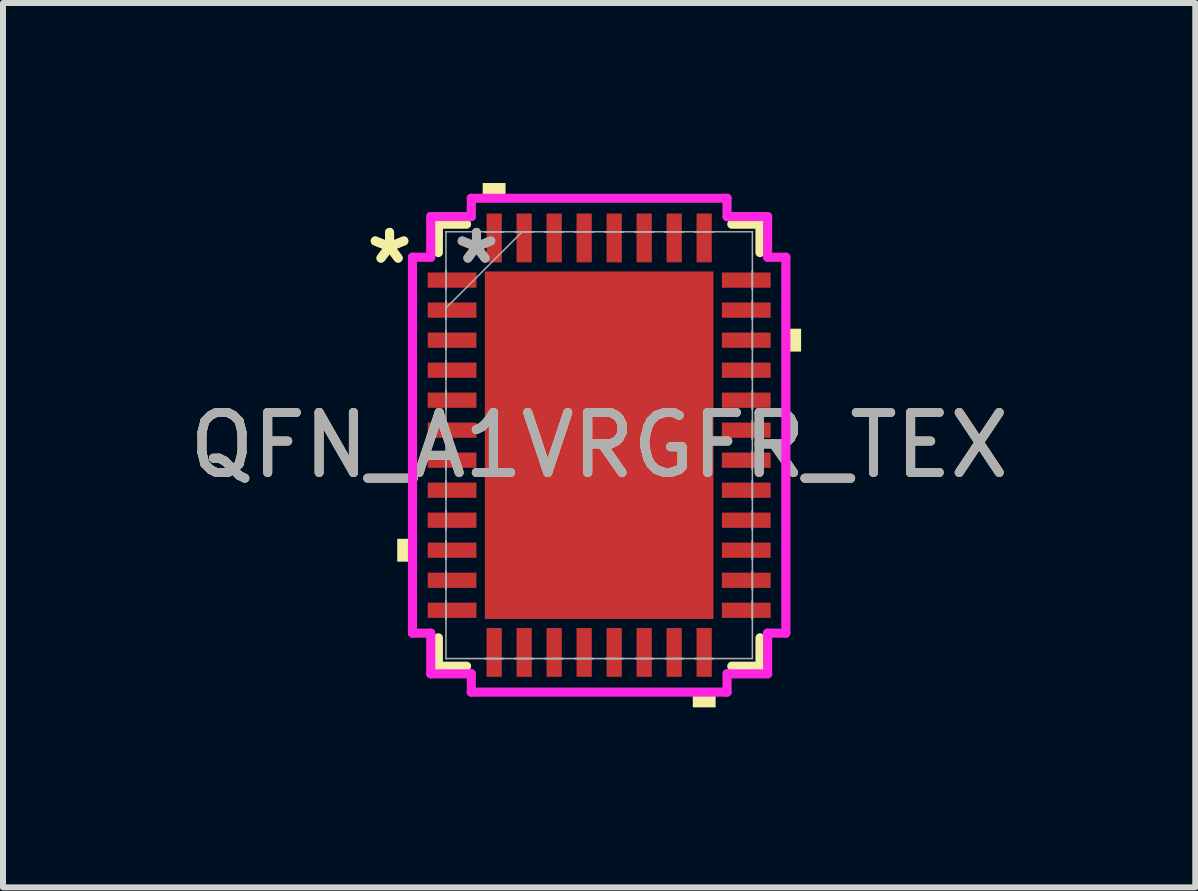
<source format=kicad_pcb>
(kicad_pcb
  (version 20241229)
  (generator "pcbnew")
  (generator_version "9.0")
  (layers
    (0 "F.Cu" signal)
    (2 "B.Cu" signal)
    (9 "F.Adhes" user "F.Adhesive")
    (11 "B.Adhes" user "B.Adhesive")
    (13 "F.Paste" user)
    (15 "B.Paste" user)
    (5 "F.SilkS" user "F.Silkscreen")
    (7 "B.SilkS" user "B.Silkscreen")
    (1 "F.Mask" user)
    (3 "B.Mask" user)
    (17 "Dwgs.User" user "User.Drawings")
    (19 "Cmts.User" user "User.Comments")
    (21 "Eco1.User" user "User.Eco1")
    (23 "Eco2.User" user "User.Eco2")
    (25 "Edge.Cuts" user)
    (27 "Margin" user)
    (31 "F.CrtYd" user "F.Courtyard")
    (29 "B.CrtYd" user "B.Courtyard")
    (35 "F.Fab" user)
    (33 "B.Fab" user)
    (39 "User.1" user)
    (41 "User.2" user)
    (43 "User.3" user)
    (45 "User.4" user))
  (footprint "QFN_A1VRGFR_TEX"
    (layer "F.Cu")
    (at 6.935 4.369)
    (property "Reference" "QFN_A1VRGFR_TEX" (at 0 0 0) (unlocked yes) (layer "F.SilkS") (effects (font (size 1 1) (thickness 0.15))))
    (attr smd)
    (fp_line (start -2.68 -3.683) (end -2.68 -3.21) (stroke (width 0.152) (type solid)) (layer "F.SilkS"))
    (fp_line (start -2.68 3.21) (end -2.68 3.683) (stroke (width 0.152) (type solid)) (layer "F.SilkS"))
    (fp_line (start -2.68 3.683) (end -2.21 3.683) (stroke (width 0.152) (type solid)) (layer "F.SilkS"))
    (fp_line (start -2.21 -3.683) (end -2.68 -3.683) (stroke (width 0.152) (type solid)) (layer "F.SilkS"))
    (fp_line (start 2.21 3.683) (end 2.68 3.683) (stroke (width 0.152) (type solid)) (layer "F.SilkS"))
    (fp_line (start 2.68 -3.683) (end 2.21 -3.683) (stroke (width 0.152) (type solid)) (layer "F.SilkS"))
    (fp_line (start 2.68 -3.21) (end 2.68 -3.683) (stroke (width 0.152) (type solid)) (layer "F.SilkS"))
    (fp_line (start 2.68 3.683) (end 2.68 3.21) (stroke (width 0.152) (type solid)) (layer "F.SilkS"))
    (fp_poly (pts (xy -3.365 1.56) (xy -3.365 1.941) (xy -3.111 1.941) (xy -3.111 1.56)) (stroke (width 0) (type solid)) (fill yes) (layer "F.SilkS"))
    (fp_poly (pts (xy -1.941 -4.115) (xy -1.941 -4.369) (xy -1.56 -4.369) (xy -1.56 -4.115)) (stroke (width 0) (type solid)) (fill yes) (layer "F.SilkS"))
    (fp_poly (pts (xy 1.56 4.115) (xy 1.56 4.369) (xy 1.941 4.369) (xy 1.941 4.115)) (stroke (width 0) (type solid)) (fill yes) (layer "F.SilkS"))
    (fp_poly (pts (xy 3.365 -1.941) (xy 3.365 -1.56) (xy 3.111 -1.56) (xy 3.111 -1.941)) (stroke (width 0) (type solid)) (fill yes) (layer "F.SilkS"))
    (fp_poly (pts (xy -1.805 -2.796) (xy -1.805 -1.548) (xy -0.735 -1.548) (xy -0.735 -2.796)) (stroke (width 0) (type solid)) (fill yes) (layer "F.Paste"))
    (fp_poly (pts (xy -1.805 -1.348) (xy -1.805 -0.1) (xy -0.735 -0.1) (xy -0.735 -1.348)) (stroke (width 0) (type solid)) (fill yes) (layer "F.Paste"))
    (fp_poly (pts (xy -1.805 0.1) (xy -1.805 1.348) (xy -0.735 1.348) (xy -0.735 0.1)) (stroke (width 0) (type solid)) (fill yes) (layer "F.Paste"))
    (fp_poly (pts (xy -1.805 1.548) (xy -1.805 2.796) (xy -0.735 2.796) (xy -0.735 1.548)) (stroke (width 0) (type solid)) (fill yes) (layer "F.Paste"))
    (fp_poly (pts (xy -0.535 -2.796) (xy -0.535 -1.548) (xy 0.535 -1.548) (xy 0.535 -2.796)) (stroke (width 0) (type solid)) (fill yes) (layer "F.Paste"))
    (fp_poly (pts (xy -0.535 -1.348) (xy -0.535 -0.1) (xy 0.535 -0.1) (xy 0.535 -1.348)) (stroke (width 0) (type solid)) (fill yes) (layer "F.Paste"))
    (fp_poly (pts (xy -0.535 0.1) (xy -0.535 1.348) (xy 0.535 1.348) (xy 0.535 0.1)) (stroke (width 0) (type solid)) (fill yes) (layer "F.Paste"))
    (fp_poly (pts (xy -0.535 1.548) (xy -0.535 2.796) (xy 0.535 2.796) (xy 0.535 1.548)) (stroke (width 0) (type solid)) (fill yes) (layer "F.Paste"))
    (fp_poly (pts (xy 0.735 -2.796) (xy 0.735 -1.548) (xy 1.805 -1.548) (xy 1.805 -2.796)) (stroke (width 0) (type solid)) (fill yes) (layer "F.Paste"))
    (fp_poly (pts (xy 0.735 -1.348) (xy 0.735 -0.1) (xy 1.805 -0.1) (xy 1.805 -1.348)) (stroke (width 0) (type solid)) (fill yes) (layer "F.Paste"))
    (fp_poly (pts (xy 0.735 0.1) (xy 0.735 1.348) (xy 1.805 1.348) (xy 1.805 0.1)) (stroke (width 0) (type solid)) (fill yes) (layer "F.Paste"))
    (fp_poly (pts (xy 0.735 1.548) (xy 0.735 2.796) (xy 1.805 2.796) (xy 1.805 1.548)) (stroke (width 0) (type solid)) (fill yes) (layer "F.Paste"))
    (fp_line (start -3.111 -3.132) (end -2.807 -3.132) (stroke (width 0.152) (type solid)) (layer "F.CrtYd"))
    (fp_line (start -3.111 3.132) (end -3.111 -3.132) (stroke (width 0.152) (type solid)) (layer "F.CrtYd"))
    (fp_line (start -2.807 -3.81) (end -2.131 -3.81) (stroke (width 0.152) (type solid)) (layer "F.CrtYd"))
    (fp_line (start -2.807 -3.132) (end -2.807 -3.81) (stroke (width 0.152) (type solid)) (layer "F.CrtYd"))
    (fp_line (start -2.807 3.132) (end -3.111 3.132) (stroke (width 0.152) (type solid)) (layer "F.CrtYd"))
    (fp_line (start -2.807 3.81) (end -2.807 3.132) (stroke (width 0.152) (type solid)) (layer "F.CrtYd"))
    (fp_line (start -2.131 -4.115) (end 2.131 -4.115) (stroke (width 0.152) (type solid)) (layer "F.CrtYd"))
    (fp_line (start -2.131 -3.81) (end -2.131 -4.115) (stroke (width 0.152) (type solid)) (layer "F.CrtYd"))
    (fp_line (start -2.131 3.81) (end -2.807 3.81) (stroke (width 0.152) (type solid)) (layer "F.CrtYd"))
    (fp_line (start -2.131 4.115) (end -2.131 3.81) (stroke (width 0.152) (type solid)) (layer "F.CrtYd"))
    (fp_line (start 2.131 -4.115) (end 2.131 -3.81) (stroke (width 0.152) (type solid)) (layer "F.CrtYd"))
    (fp_line (start 2.131 -3.81) (end 2.807 -3.81) (stroke (width 0.152) (type solid)) (layer "F.CrtYd"))
    (fp_line (start 2.131 3.81) (end 2.131 4.115) (stroke (width 0.152) (type solid)) (layer "F.CrtYd"))
    (fp_line (start 2.131 4.115) (end -2.131 4.115) (stroke (width 0.152) (type solid)) (layer "F.CrtYd"))
    (fp_line (start 2.807 -3.81) (end 2.807 -3.132) (stroke (width 0.152) (type solid)) (layer "F.CrtYd"))
    (fp_line (start 2.807 -3.132) (end 3.111 -3.132) (stroke (width 0.152) (type solid)) (layer "F.CrtYd"))
    (fp_line (start 2.807 3.132) (end 2.807 3.81) (stroke (width 0.152) (type solid)) (layer "F.CrtYd"))
    (fp_line (start 2.807 3.81) (end 2.131 3.81) (stroke (width 0.152) (type solid)) (layer "F.CrtYd"))
    (fp_line (start 3.111 -3.132) (end 3.111 3.132) (stroke (width 0.152) (type solid)) (layer "F.CrtYd"))
    (fp_line (start 3.111 3.132) (end 2.807 3.132) (stroke (width 0.152) (type solid)) (layer "F.CrtYd"))
    (fp_line (start -2.553 -3.556) (end -2.553 -3.556) (stroke (width 0.025) (type solid)) (layer "F.Fab"))
    (fp_line (start -2.553 -3.556) (end -2.553 3.556) (stroke (width 0.025) (type solid)) (layer "F.Fab"))
    (fp_line (start -2.553 -2.903) (end -2.553 -2.903) (stroke (width 0.025) (type solid)) (layer "F.Fab"))
    (fp_line (start -2.553 -2.903) (end -2.553 -2.598) (stroke (width 0.025) (type solid)) (layer "F.Fab"))
    (fp_line (start -2.553 -2.598) (end -2.553 -2.903) (stroke (width 0.025) (type solid)) (layer "F.Fab"))
    (fp_line (start -2.553 -2.598) (end -2.553 -2.598) (stroke (width 0.025) (type solid)) (layer "F.Fab"))
    (fp_line (start -2.553 -2.403) (end -2.553 -2.403) (stroke (width 0.025) (type solid)) (layer "F.Fab"))
    (fp_line (start -2.553 -2.403) (end -2.553 -2.098) (stroke (width 0.025) (type solid)) (layer "F.Fab"))
    (fp_line (start -2.553 -2.286) (end -1.283 -3.556) (stroke (width 0.025) (type solid)) (layer "F.Fab"))
    (fp_line (start -2.553 -2.098) (end -2.553 -2.403) (stroke (width 0.025) (type solid)) (layer "F.Fab"))
    (fp_line (start -2.553 -2.098) (end -2.553 -2.098) (stroke (width 0.025) (type solid)) (layer "F.Fab"))
    (fp_line (start -2.553 -1.903) (end -2.553 -1.903) (stroke (width 0.025) (type solid)) (layer "F.Fab"))
    (fp_line (start -2.553 -1.903) (end -2.553 -1.598) (stroke (width 0.025) (type solid)) (layer "F.Fab"))
    (fp_line (start -2.553 -1.598) (end -2.553 -1.903) (stroke (width 0.025) (type solid)) (layer "F.Fab"))
    (fp_line (start -2.553 -1.598) (end -2.553 -1.598) (stroke (width 0.025) (type solid)) (layer "F.Fab"))
    (fp_line (start -2.553 -1.403) (end -2.553 -1.403) (stroke (width 0.025) (type solid)) (layer "F.Fab"))
    (fp_line (start -2.553 -1.403) (end -2.553 -1.098) (stroke (width 0.025) (type solid)) (layer "F.Fab"))
    (fp_line (start -2.553 -1.098) (end -2.553 -1.403) (stroke (width 0.025) (type solid)) (layer "F.Fab"))
    (fp_line (start -2.553 -1.098) (end -2.553 -1.098) (stroke (width 0.025) (type solid)) (layer "F.Fab"))
    (fp_line (start -2.553 -0.903) (end -2.553 -0.903) (stroke (width 0.025) (type solid)) (layer "F.Fab"))
    (fp_line (start -2.553 -0.903) (end -2.553 -0.598) (stroke (width 0.025) (type solid)) (layer "F.Fab"))
    (fp_line (start -2.553 -0.598) (end -2.553 -0.903) (stroke (width 0.025) (type solid)) (layer "F.Fab"))
    (fp_line (start -2.553 -0.598) (end -2.553 -0.598) (stroke (width 0.025) (type solid)) (layer "F.Fab"))
    (fp_line (start -2.553 -0.402) (end -2.553 -0.402) (stroke (width 0.025) (type solid)) (layer "F.Fab"))
    (fp_line (start -2.553 -0.402) (end -2.553 -0.098) (stroke (width 0.025) (type solid)) (layer "F.Fab"))
    (fp_line (start -2.553 -0.098) (end -2.553 -0.402) (stroke (width 0.025) (type solid)) (layer "F.Fab"))
    (fp_line (start -2.553 -0.098) (end -2.553 -0.098) (stroke (width 0.025) (type solid)) (layer "F.Fab"))
    (fp_line (start -2.553 0.098) (end -2.553 0.098) (stroke (width 0.025) (type solid)) (layer "F.Fab"))
    (fp_line (start -2.553 0.098) (end -2.553 0.402) (stroke (width 0.025) (type solid)) (layer "F.Fab"))
    (fp_line (start -2.553 0.402) (end -2.553 0.098) (stroke (width 0.025) (type solid)) (layer "F.Fab"))
    (fp_line (start -2.553 0.402) (end -2.553 0.402) (stroke (width 0.025) (type solid)) (layer "F.Fab"))
    (fp_line (start -2.553 0.598) (end -2.553 0.598) (stroke (width 0.025) (type solid)) (layer "F.Fab"))
    (fp_line (start -2.553 0.598) (end -2.553 0.903) (stroke (width 0.025) (type solid)) (layer "F.Fab"))
    (fp_line (start -2.553 0.903) (end -2.553 0.598) (stroke (width 0.025) (type solid)) (layer "F.Fab"))
    (fp_line (start -2.553 0.903) (end -2.553 0.903) (stroke (width 0.025) (type solid)) (layer "F.Fab"))
    (fp_line (start -2.553 1.098) (end -2.553 1.098) (stroke (width 0.025) (type solid)) (layer "F.Fab"))
    (fp_line (start -2.553 1.098) (end -2.553 1.403) (stroke (width 0.025) (type solid)) (layer "F.Fab"))
    (fp_line (start -2.553 1.403) (end -2.553 1.098) (stroke (width 0.025) (type solid)) (layer "F.Fab"))
    (fp_line (start -2.553 1.403) (end -2.553 1.403) (stroke (width 0.025) (type solid)) (layer "F.Fab"))
    (fp_line (start -2.553 1.598) (end -2.553 1.598) (stroke (width 0.025) (type solid)) (layer "F.Fab"))
    (fp_line (start -2.553 1.598) (end -2.553 1.903) (stroke (width 0.025) (type solid)) (layer "F.Fab"))
    (fp_line (start -2.553 1.903) (end -2.553 1.598) (stroke (width 0.025) (type solid)) (layer "F.Fab"))
    (fp_line (start -2.553 1.903) (end -2.553 1.903) (stroke (width 0.025) (type solid)) (layer "F.Fab"))
    (fp_line (start -2.553 2.098) (end -2.553 2.098) (stroke (width 0.025) (type solid)) (layer "F.Fab"))
    (fp_line (start -2.553 2.098) (end -2.553 2.403) (stroke (width 0.025) (type solid)) (layer "F.Fab"))
    (fp_line (start -2.553 2.403) (end -2.553 2.098) (stroke (width 0.025) (type solid)) (layer "F.Fab"))
    (fp_line (start -2.553 2.403) (end -2.553 2.403) (stroke (width 0.025) (type solid)) (layer "F.Fab"))
    (fp_line (start -2.553 2.598) (end -2.553 2.598) (stroke (width 0.025) (type solid)) (layer "F.Fab"))
    (fp_line (start -2.553 2.598) (end -2.553 2.903) (stroke (width 0.025) (type solid)) (layer "F.Fab"))
    (fp_line (start -2.553 2.903) (end -2.553 2.598) (stroke (width 0.025) (type solid)) (layer "F.Fab"))
    (fp_line (start -2.553 2.903) (end -2.553 2.903) (stroke (width 0.025) (type solid)) (layer "F.Fab"))
    (fp_line (start -2.553 3.556) (end -2.553 3.556) (stroke (width 0.025) (type solid)) (layer "F.Fab"))
    (fp_line (start -2.553 3.556) (end 2.553 3.556) (stroke (width 0.025) (type solid)) (layer "F.Fab"))
    (fp_line (start -1.903 -3.556) (end -1.903 -3.556) (stroke (width 0.025) (type solid)) (layer "F.Fab"))
    (fp_line (start -1.903 -3.556) (end -1.598 -3.556) (stroke (width 0.025) (type solid)) (layer "F.Fab"))
    (fp_line (start -1.903 3.556) (end -1.903 3.556) (stroke (width 0.025) (type solid)) (layer "F.Fab"))
    (fp_line (start -1.903 3.556) (end -1.598 3.556) (stroke (width 0.025) (type solid)) (layer "F.Fab"))
    (fp_line (start -1.598 -3.556) (end -1.903 -3.556) (stroke (width 0.025) (type solid)) (layer "F.Fab"))
    (fp_line (start -1.598 -3.556) (end -1.598 -3.556) (stroke (width 0.025) (type solid)) (layer "F.Fab"))
    (fp_line (start -1.598 3.556) (end -1.903 3.556) (stroke (width 0.025) (type solid)) (layer "F.Fab"))
    (fp_line (start -1.598 3.556) (end -1.598 3.556) (stroke (width 0.025) (type solid)) (layer "F.Fab"))
    (fp_line (start -1.403 -3.556) (end -1.403 -3.556) (stroke (width 0.025) (type solid)) (layer "F.Fab"))
    (fp_line (start -1.403 -3.556) (end -1.098 -3.556) (stroke (width 0.025) (type solid)) (layer "F.Fab"))
    (fp_line (start -1.403 3.556) (end -1.403 3.556) (stroke (width 0.025) (type solid)) (layer "F.Fab"))
    (fp_line (start -1.403 3.556) (end -1.098 3.556) (stroke (width 0.025) (type solid)) (layer "F.Fab"))
    (fp_line (start -1.098 -3.556) (end -1.403 -3.556) (stroke (width 0.025) (type solid)) (layer "F.Fab"))
    (fp_line (start -1.098 -3.556) (end -1.098 -3.556) (stroke (width 0.025) (type solid)) (layer "F.Fab"))
    (fp_line (start -1.098 3.556) (end -1.403 3.556) (stroke (width 0.025) (type solid)) (layer "F.Fab"))
    (fp_line (start -1.098 3.556) (end -1.098 3.556) (stroke (width 0.025) (type solid)) (layer "F.Fab"))
    (fp_line (start -0.903 -3.556) (end -0.903 -3.556) (stroke (width 0.025) (type solid)) (layer "F.Fab"))
    (fp_line (start -0.903 -3.556) (end -0.598 -3.556) (stroke (width 0.025) (type solid)) (layer "F.Fab"))
    (fp_line (start -0.903 3.556) (end -0.903 3.556) (stroke (width 0.025) (type solid)) (layer "F.Fab"))
    (fp_line (start -0.903 3.556) (end -0.598 3.556) (stroke (width 0.025) (type solid)) (layer "F.Fab"))
    (fp_line (start -0.598 -3.556) (end -0.903 -3.556) (stroke (width 0.025) (type solid)) (layer "F.Fab"))
    (fp_line (start -0.598 -3.556) (end -0.598 -3.556) (stroke (width 0.025) (type solid)) (layer "F.Fab"))
    (fp_line (start -0.598 3.556) (end -0.903 3.556) (stroke (width 0.025) (type solid)) (layer "F.Fab"))
    (fp_line (start -0.598 3.556) (end -0.598 3.556) (stroke (width 0.025) (type solid)) (layer "F.Fab"))
    (fp_line (start -0.402 -3.556) (end -0.402 -3.556) (stroke (width 0.025) (type solid)) (layer "F.Fab"))
    (fp_line (start -0.402 -3.556) (end -0.098 -3.556) (stroke (width 0.025) (type solid)) (layer "F.Fab"))
    (fp_line (start -0.402 3.556) (end -0.402 3.556) (stroke (width 0.025) (type solid)) (layer "F.Fab"))
    (fp_line (start -0.402 3.556) (end -0.098 3.556) (stroke (width 0.025) (type solid)) (layer "F.Fab"))
    (fp_line (start -0.098 -3.556) (end -0.402 -3.556) (stroke (width 0.025) (type solid)) (layer "F.Fab"))
    (fp_line (start -0.098 -3.556) (end -0.098 -3.556) (stroke (width 0.025) (type solid)) (layer "F.Fab"))
    (fp_line (start -0.098 3.556) (end -0.402 3.556) (stroke (width 0.025) (type solid)) (layer "F.Fab"))
    (fp_line (start -0.098 3.556) (end -0.098 3.556) (stroke (width 0.025) (type solid)) (layer "F.Fab"))
    (fp_line (start 0.098 -3.556) (end 0.098 -3.556) (stroke (width 0.025) (type solid)) (layer "F.Fab"))
    (fp_line (start 0.098 -3.556) (end 0.402 -3.556) (stroke (width 0.025) (type solid)) (layer "F.Fab"))
    (fp_line (start 0.098 3.556) (end 0.098 3.556) (stroke (width 0.025) (type solid)) (layer "F.Fab"))
    (fp_line (start 0.098 3.556) (end 0.402 3.556) (stroke (width 0.025) (type solid)) (layer "F.Fab"))
    (fp_line (start 0.402 -3.556) (end 0.098 -3.556) (stroke (width 0.025) (type solid)) (layer "F.Fab"))
    (fp_line (start 0.402 -3.556) (end 0.402 -3.556) (stroke (width 0.025) (type solid)) (layer "F.Fab"))
    (fp_line (start 0.402 3.556) (end 0.098 3.556) (stroke (width 0.025) (type solid)) (layer "F.Fab"))
    (fp_line (start 0.402 3.556) (end 0.402 3.556) (stroke (width 0.025) (type solid)) (layer "F.Fab"))
    (fp_line (start 0.598 -3.556) (end 0.598 -3.556) (stroke (width 0.025) (type solid)) (layer "F.Fab"))
    (fp_line (start 0.598 -3.556) (end 0.903 -3.556) (stroke (width 0.025) (type solid)) (layer "F.Fab"))
    (fp_line (start 0.598 3.556) (end 0.598 3.556) (stroke (width 0.025) (type solid)) (layer "F.Fab"))
    (fp_line (start 0.598 3.556) (end 0.903 3.556) (stroke (width 0.025) (type solid)) (layer "F.Fab"))
    (fp_line (start 0.903 -3.556) (end 0.598 -3.556) (stroke (width 0.025) (type solid)) (layer "F.Fab"))
    (fp_line (start 0.903 -3.556) (end 0.903 -3.556) (stroke (width 0.025) (type solid)) (layer "F.Fab"))
    (fp_line (start 0.903 3.556) (end 0.598 3.556) (stroke (width 0.025) (type solid)) (layer "F.Fab"))
    (fp_line (start 0.903 3.556) (end 0.903 3.556) (stroke (width 0.025) (type solid)) (layer "F.Fab"))
    (fp_line (start 1.098 -3.556) (end 1.098 -3.556) (stroke (width 0.025) (type solid)) (layer "F.Fab"))
    (fp_line (start 1.098 -3.556) (end 1.403 -3.556) (stroke (width 0.025) (type solid)) (layer "F.Fab"))
    (fp_line (start 1.098 3.556) (end 1.098 3.556) (stroke (width 0.025) (type solid)) (layer "F.Fab"))
    (fp_line (start 1.098 3.556) (end 1.403 3.556) (stroke (width 0.025) (type solid)) (layer "F.Fab"))
    (fp_line (start 1.403 -3.556) (end 1.098 -3.556) (stroke (width 0.025) (type solid)) (layer "F.Fab"))
    (fp_line (start 1.403 -3.556) (end 1.403 -3.556) (stroke (width 0.025) (type solid)) (layer "F.Fab"))
    (fp_line (start 1.403 3.556) (end 1.098 3.556) (stroke (width 0.025) (type solid)) (layer "F.Fab"))
    (fp_line (start 1.403 3.556) (end 1.403 3.556) (stroke (width 0.025) (type solid)) (layer "F.Fab"))
    (fp_line (start 1.598 -3.556) (end 1.598 -3.556) (stroke (width 0.025) (type solid)) (layer "F.Fab"))
    (fp_line (start 1.598 -3.556) (end 1.903 -3.556) (stroke (width 0.025) (type solid)) (layer "F.Fab"))
    (fp_line (start 1.598 3.556) (end 1.598 3.556) (stroke (width 0.025) (type solid)) (layer "F.Fab"))
    (fp_line (start 1.598 3.556) (end 1.903 3.556) (stroke (width 0.025) (type solid)) (layer "F.Fab"))
    (fp_line (start 1.903 -3.556) (end 1.598 -3.556) (stroke (width 0.025) (type solid)) (layer "F.Fab"))
    (fp_line (start 1.903 -3.556) (end 1.903 -3.556) (stroke (width 0.025) (type solid)) (layer "F.Fab"))
    (fp_line (start 1.903 3.556) (end 1.598 3.556) (stroke (width 0.025) (type solid)) (layer "F.Fab"))
    (fp_line (start 1.903 3.556) (end 1.903 3.556) (stroke (width 0.025) (type solid)) (layer "F.Fab"))
    (fp_line (start 2.553 -3.556) (end -2.553 -3.556) (stroke (width 0.025) (type solid)) (layer "F.Fab"))
    (fp_line (start 2.553 -3.556) (end 2.553 -3.556) (stroke (width 0.025) (type solid)) (layer "F.Fab"))
    (fp_line (start 2.553 -2.903) (end 2.553 -2.903) (stroke (width 0.025) (type solid)) (layer "F.Fab"))
    (fp_line (start 2.553 -2.903) (end 2.553 -2.598) (stroke (width 0.025) (type solid)) (layer "F.Fab"))
    (fp_line (start 2.553 -2.598) (end 2.553 -2.903) (stroke (width 0.025) (type solid)) (layer "F.Fab"))
    (fp_line (start 2.553 -2.598) (end 2.553 -2.598) (stroke (width 0.025) (type solid)) (layer "F.Fab"))
    (fp_line (start 2.553 -2.403) (end 2.553 -2.403) (stroke (width 0.025) (type solid)) (layer "F.Fab"))
    (fp_line (start 2.553 -2.403) (end 2.553 -2.098) (stroke (width 0.025) (type solid)) (layer "F.Fab"))
    (fp_line (start 2.553 -2.098) (end 2.553 -2.403) (stroke (width 0.025) (type solid)) (layer "F.Fab"))
    (fp_line (start 2.553 -2.098) (end 2.553 -2.098) (stroke (width 0.025) (type solid)) (layer "F.Fab"))
    (fp_line (start 2.553 -1.903) (end 2.553 -1.903) (stroke (width 0.025) (type solid)) (layer "F.Fab"))
    (fp_line (start 2.553 -1.903) (end 2.553 -1.598) (stroke (width 0.025) (type solid)) (layer "F.Fab"))
    (fp_line (start 2.553 -1.598) (end 2.553 -1.903) (stroke (width 0.025) (type solid)) (layer "F.Fab"))
    (fp_line (start 2.553 -1.598) (end 2.553 -1.598) (stroke (width 0.025) (type solid)) (layer "F.Fab"))
    (fp_line (start 2.553 -1.403) (end 2.553 -1.403) (stroke (width 0.025) (type solid)) (layer "F.Fab"))
    (fp_line (start 2.553 -1.403) (end 2.553 -1.098) (stroke (width 0.025) (type solid)) (layer "F.Fab"))
    (fp_line (start 2.553 -1.098) (end 2.553 -1.403) (stroke (width 0.025) (type solid)) (layer "F.Fab"))
    (fp_line (start 2.553 -1.098) (end 2.553 -1.098) (stroke (width 0.025) (type solid)) (layer "F.Fab"))
    (fp_line (start 2.553 -0.903) (end 2.553 -0.903) (stroke (width 0.025) (type solid)) (layer "F.Fab"))
    (fp_line (start 2.553 -0.903) (end 2.553 -0.598) (stroke (width 0.025) (type solid)) (layer "F.Fab"))
    (fp_line (start 2.553 -0.598) (end 2.553 -0.903) (stroke (width 0.025) (type solid)) (layer "F.Fab"))
    (fp_line (start 2.553 -0.598) (end 2.553 -0.598) (stroke (width 0.025) (type solid)) (layer "F.Fab"))
    (fp_line (start 2.553 -0.402) (end 2.553 -0.402) (stroke (width 0.025) (type solid)) (layer "F.Fab"))
    (fp_line (start 2.553 -0.402) (end 2.553 -0.098) (stroke (width 0.025) (type solid)) (layer "F.Fab"))
    (fp_line (start 2.553 -0.098) (end 2.553 -0.402) (stroke (width 0.025) (type solid)) (layer "F.Fab"))
    (fp_line (start 2.553 -0.098) (end 2.553 -0.098) (stroke (width 0.025) (type solid)) (layer "F.Fab"))
    (fp_line (start 2.553 0.098) (end 2.553 0.098) (stroke (width 0.025) (type solid)) (layer "F.Fab"))
    (fp_line (start 2.553 0.098) (end 2.553 0.402) (stroke (width 0.025) (type solid)) (layer "F.Fab"))
    (fp_line (start 2.553 0.402) (end 2.553 0.098) (stroke (width 0.025) (type solid)) (layer "F.Fab"))
    (fp_line (start 2.553 0.402) (end 2.553 0.402) (stroke (width 0.025) (type solid)) (layer "F.Fab"))
    (fp_line (start 2.553 0.598) (end 2.553 0.598) (stroke (width 0.025) (type solid)) (layer "F.Fab"))
    (fp_line (start 2.553 0.598) (end 2.553 0.903) (stroke (width 0.025) (type solid)) (layer "F.Fab"))
    (fp_line (start 2.553 0.903) (end 2.553 0.598) (stroke (width 0.025) (type solid)) (layer "F.Fab"))
    (fp_line (start 2.553 0.903) (end 2.553 0.903) (stroke (width 0.025) (type solid)) (layer "F.Fab"))
    (fp_line (start 2.553 1.098) (end 2.553 1.098) (stroke (width 0.025) (type solid)) (layer "F.Fab"))
    (fp_line (start 2.553 1.098) (end 2.553 1.403) (stroke (width 0.025) (type solid)) (layer "F.Fab"))
    (fp_line (start 2.553 1.403) (end 2.553 1.098) (stroke (width 0.025) (type solid)) (layer "F.Fab"))
    (fp_line (start 2.553 1.403) (end 2.553 1.403) (stroke (width 0.025) (type solid)) (layer "F.Fab"))
    (fp_line (start 2.553 1.598) (end 2.553 1.598) (stroke (width 0.025) (type solid)) (layer "F.Fab"))
    (fp_line (start 2.553 1.598) (end 2.553 1.903) (stroke (width 0.025) (type solid)) (layer "F.Fab"))
    (fp_line (start 2.553 1.903) (end 2.553 1.598) (stroke (width 0.025) (type solid)) (layer "F.Fab"))
    (fp_line (start 2.553 1.903) (end 2.553 1.903) (stroke (width 0.025) (type solid)) (layer "F.Fab"))
    (fp_line (start 2.553 2.098) (end 2.553 2.098) (stroke (width 0.025) (type solid)) (layer "F.Fab"))
    (fp_line (start 2.553 2.098) (end 2.553 2.403) (stroke (width 0.025) (type solid)) (layer "F.Fab"))
    (fp_line (start 2.553 2.403) (end 2.553 2.098) (stroke (width 0.025) (type solid)) (layer "F.Fab"))
    (fp_line (start 2.553 2.403) (end 2.553 2.403) (stroke (width 0.025) (type solid)) (layer "F.Fab"))
    (fp_line (start 2.553 2.598) (end 2.553 2.598) (stroke (width 0.025) (type solid)) (layer "F.Fab"))
    (fp_line (start 2.553 2.598) (end 2.553 2.903) (stroke (width 0.025) (type solid)) (layer "F.Fab"))
    (fp_line (start 2.553 2.903) (end 2.553 2.598) (stroke (width 0.025) (type solid)) (layer "F.Fab"))
    (fp_line (start 2.553 2.903) (end 2.553 2.903) (stroke (width 0.025) (type solid)) (layer "F.Fab"))
    (fp_line (start 2.553 3.556) (end 2.553 -3.556) (stroke (width 0.025) (type solid)) (layer "F.Fab"))
    (fp_line (start 2.553 3.556) (end 2.553 3.556) (stroke (width 0.025) (type solid)) (layer "F.Fab"))
    (fp_text user "*" (at -3.493 -3.001 0) (layer "F.SilkS") (effects (font (size 1 1) (thickness 0.15))))
    (fp_text user "*" (at -3.493 -3.001 0) (unlocked yes) (layer "F.SilkS") (effects (font (size 1 1) (thickness 0.15))))
    (fp_text user "*" (at -2.045 -3.001 0) (unlocked yes) (layer "F.Fab") (effects (font (size 1 1) (thickness 0.15))))
    (fp_text user "${REFERENCE}" (at 0 0 0) (unlocked yes) (layer "F.Fab") (effects (font (size 1 1) (thickness 0.15))))
    (fp_text user "*" (at -2.045 -3.001 0) (layer "F.Fab") (effects (font (size 1 1) (thickness 0.15))))
    (pad "1" smd rect (at -2.451 -2.751 90) (size 0.254 0.813) (layers "F.Cu" "F.Mask" "F.Paste"))
    (pad "2" smd rect (at -2.451 -2.251 90) (size 0.254 0.813) (layers "F.Cu" "F.Mask" "F.Paste"))
    (pad "3" smd rect (at -2.451 -1.75 90) (size 0.254 0.813) (layers "F.Cu" "F.Mask" "F.Paste"))
    (pad "4" smd rect (at -2.451 -1.25 90) (size 0.254 0.813) (layers "F.Cu" "F.Mask" "F.Paste"))
    (pad "5" smd rect (at -2.451 -0.75 90) (size 0.254 0.813) (layers "F.Cu" "F.Mask" "F.Paste"))
    (pad "6" smd rect (at -2.451 -0.25 90) (size 0.254 0.813) (layers "F.Cu" "F.Mask" "F.Paste"))
    (pad "7" smd rect (at -2.451 0.25 90) (size 0.254 0.813) (layers "F.Cu" "F.Mask" "F.Paste"))
    (pad "8" smd rect (at -2.451 0.75 90) (size 0.254 0.813) (layers "F.Cu" "F.Mask" "F.Paste"))
    (pad "9" smd rect (at -2.451 1.25 90) (size 0.254 0.813) (layers "F.Cu" "F.Mask" "F.Paste"))
    (pad "10" smd rect (at -2.451 1.75 90) (size 0.254 0.813) (layers "F.Cu" "F.Mask" "F.Paste"))
    (pad "11" smd rect (at -2.451 2.251 90) (size 0.254 0.813) (layers "F.Cu" "F.Mask" "F.Paste"))
    (pad "12" smd rect (at -2.451 2.751 90) (size 0.254 0.813) (layers "F.Cu" "F.Mask" "F.Paste"))
    (pad "13" smd rect (at -1.75 3.454) (size 0.254 0.813) (layers "F.Cu" "F.Mask" "F.Paste"))
    (pad "14" smd rect (at -1.25 3.454) (size 0.254 0.813) (layers "F.Cu" "F.Mask" "F.Paste"))
    (pad "15" smd rect (at -0.75 3.454) (size 0.254 0.813) (layers "F.Cu" "F.Mask" "F.Paste"))
    (pad "16" smd rect (at -0.25 3.454) (size 0.254 0.813) (layers "F.Cu" "F.Mask" "F.Paste"))
    (pad "17" smd rect (at 0.25 3.454) (size 0.254 0.813) (layers "F.Cu" "F.Mask" "F.Paste"))
    (pad "18" smd rect (at 0.75 3.454) (size 0.254 0.813) (layers "F.Cu" "F.Mask" "F.Paste"))
    (pad "19" smd rect (at 1.25 3.454) (size 0.254 0.813) (layers "F.Cu" "F.Mask" "F.Paste"))
    (pad "20" smd rect (at 1.75 3.454) (size 0.254 0.813) (layers "F.Cu" "F.Mask" "F.Paste"))
    (pad "21" smd rect (at 2.451 2.751 90) (size 0.254 0.813) (layers "F.Cu" "F.Mask" "F.Paste"))
    (pad "22" smd rect (at 2.451 2.251 90) (size 0.254 0.813) (layers "F.Cu" "F.Mask" "F.Paste"))
    (pad "23" smd rect (at 2.451 1.75 90) (size 0.254 0.813) (layers "F.Cu" "F.Mask" "F.Paste"))
    (pad "24" smd rect (at 2.451 1.25 90) (size 0.254 0.813) (layers "F.Cu" "F.Mask" "F.Paste"))
    (pad "25" smd rect (at 2.451 0.75 90) (size 0.254 0.813) (layers "F.Cu" "F.Mask" "F.Paste"))
    (pad "26" smd rect (at 2.451 0.25 90) (size 0.254 0.813) (layers "F.Cu" "F.Mask" "F.Paste"))
    (pad "27" smd rect (at 2.451 -0.25 90) (size 0.254 0.813) (layers "F.Cu" "F.Mask" "F.Paste"))
    (pad "28" smd rect (at 2.451 -0.75 90) (size 0.254 0.813) (layers "F.Cu" "F.Mask" "F.Paste"))
    (pad "29" smd rect (at 2.451 -1.25 90) (size 0.254 0.813) (layers "F.Cu" "F.Mask" "F.Paste"))
    (pad "30" smd rect (at 2.451 -1.75 90) (size 0.254 0.813) (layers "F.Cu" "F.Mask" "F.Paste"))
    (pad "31" smd rect (at 2.451 -2.251 90) (size 0.254 0.813) (layers "F.Cu" "F.Mask" "F.Paste"))
    (pad "32" smd rect (at 2.451 -2.751 90) (size 0.254 0.813) (layers "F.Cu" "F.Mask" "F.Paste"))
    (pad "33" smd rect (at 1.75 -3.454) (size 0.254 0.813) (layers "F.Cu" "F.Mask" "F.Paste"))
    (pad "34" smd rect (at 1.25 -3.454) (size 0.254 0.813) (layers "F.Cu" "F.Mask" "F.Paste"))
    (pad "35" smd rect (at 0.75 -3.454) (size 0.254 0.813) (layers "F.Cu" "F.Mask" "F.Paste"))
    (pad "36" smd rect (at 0.25 -3.454) (size 0.254 0.813) (layers "F.Cu" "F.Mask" "F.Paste"))
    (pad "37" smd rect (at -0.25 -3.454) (size 0.254 0.813) (layers "F.Cu" "F.Mask" "F.Paste"))
    (pad "38" smd rect (at -0.75 -3.454) (size 0.254 0.813) (layers "F.Cu" "F.Mask" "F.Paste"))
    (pad "39" smd rect (at -1.25 -3.454) (size 0.254 0.813) (layers "F.Cu" "F.Mask" "F.Paste"))
    (pad "40" smd rect (at -1.75 -3.454) (size 0.254 0.813) (layers "F.Cu" "F.Mask" "F.Paste"))
    (pad "41" smd rect (at 0 0) (size 3.81 5.791) (layers "F.Cu" "F.Mask")))
  (gr_rect
    (start -3 -3)
    (end 16.869 11.738)
    (stroke (width 0.1) (type default))
    (fill no)
    (layer "Edge.Cuts")))
</source>
